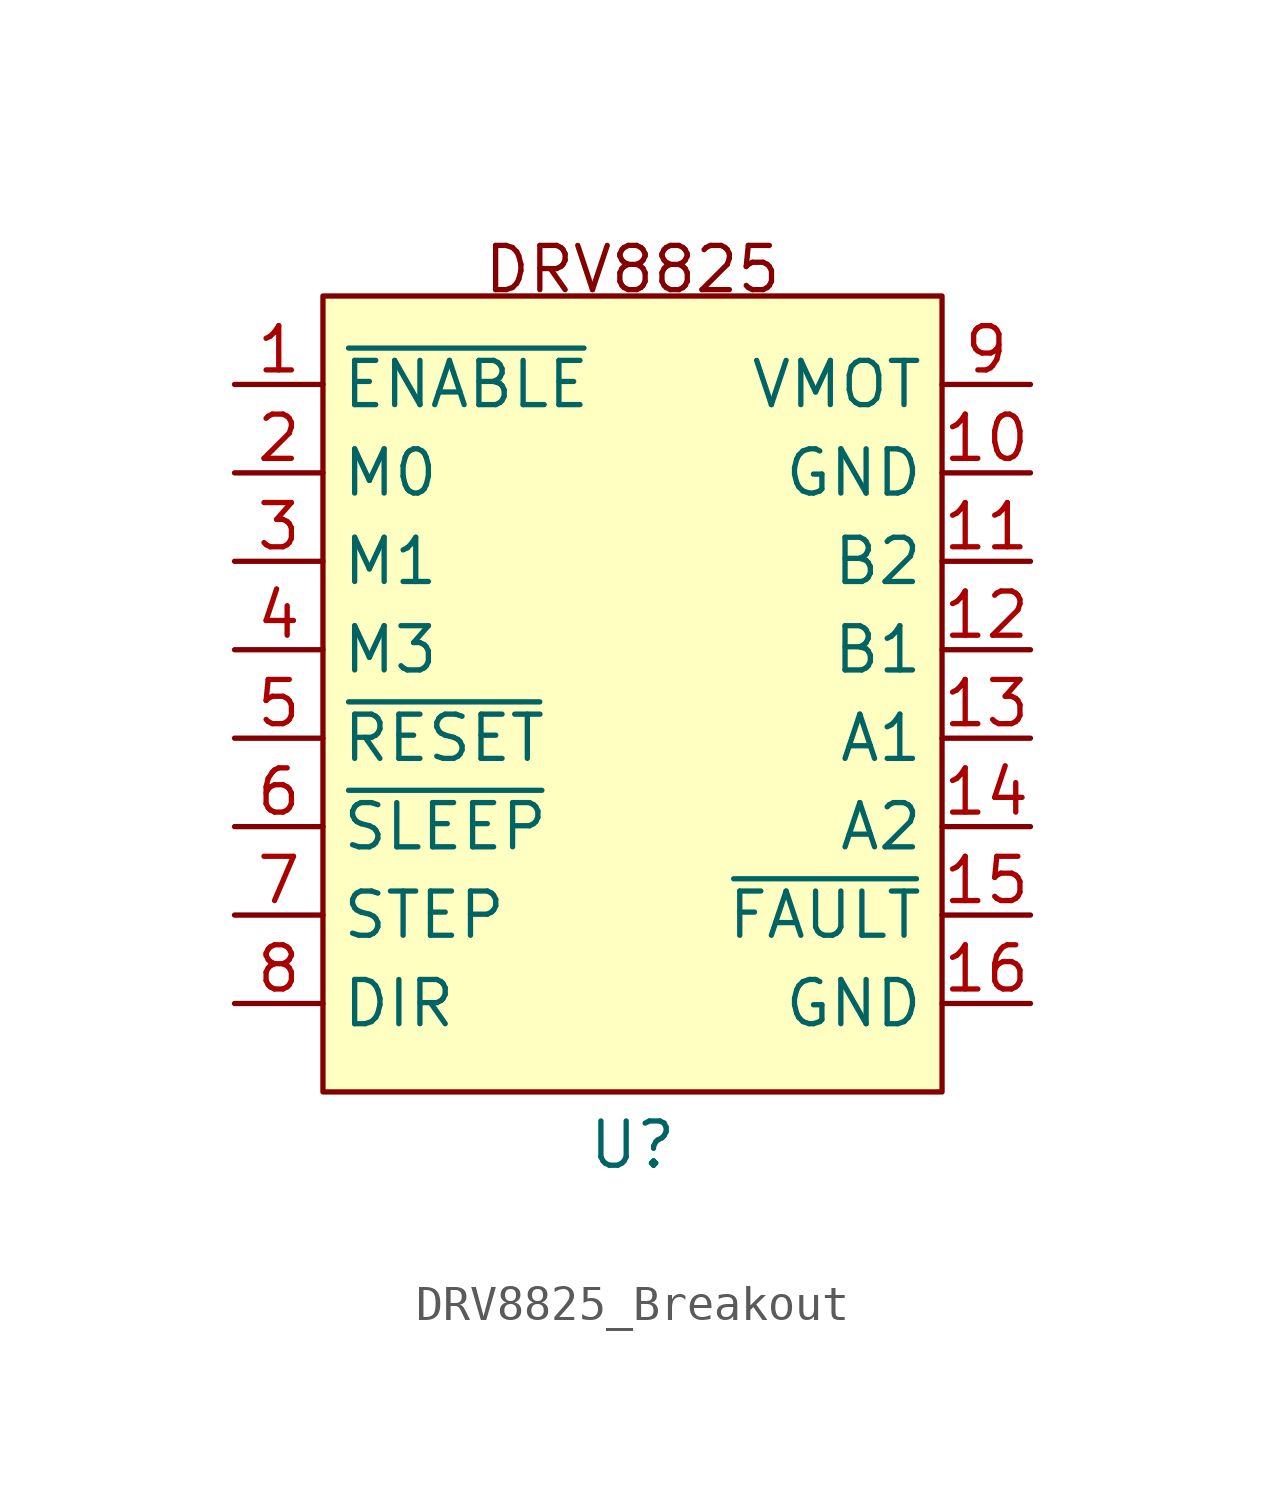
<source format=kicad_sym>
(kicad_symbol_lib
  (version 20231120)
  (generator "kicad_symbol_editor")
  (generator_version "8.0")
  (symbol "DRV8825_Breakout"
    (property "Reference" "U"
      (at 0 -12.954 0)
      (effects (font (size 1.27 1.27))))
    (property "Value" ""
      (at 0 -5.08 0)
      (effects (font (size 1.27 1.27))))
    (symbol "DRV8825_Breakout_1_1"
      (rectangle (start -8.89 11.43) (end 8.89 -11.43) (stroke (width 0) (type default)) (fill (type background)))
      (text "DRV8825" (at 0 12.192 0) (effects (font (size 1.27 1.27))))
      (pin input line (at -11.43 8.89 0) (length 2.54) (name "~{ENABLE}" (effects (font (size 1.27 1.27)))) (number "1" (effects (font (size 1.27 1.27)))))
      (pin input line (at 11.43 6.35 180) (length 2.54) (name "GND" (effects (font (size 1.27 1.27)))) (number "10" (effects (font (size 1.27 1.27)))))
      (pin input line (at 11.43 3.81 180) (length 2.54) (name "B2" (effects (font (size 1.27 1.27)))) (number "11" (effects (font (size 1.27 1.27)))))
      (pin input line (at 11.43 1.27 180) (length 2.54) (name "B1" (effects (font (size 1.27 1.27)))) (number "12" (effects (font (size 1.27 1.27)))))
      (pin input line (at 11.43 -1.27 180) (length 2.54) (name "A1" (effects (font (size 1.27 1.27)))) (number "13" (effects (font (size 1.27 1.27)))))
      (pin input line (at 11.43 -3.81 180) (length 2.54) (name "A2" (effects (font (size 1.27 1.27)))) (number "14" (effects (font (size 1.27 1.27)))))
      (pin input line (at 11.43 -6.35 180) (length 2.54) (name "~{FAULT}" (effects (font (size 1.27 1.27)))) (number "15" (effects (font (size 1.27 1.27)))))
      (pin input line (at 11.43 -8.89 180) (length 2.54) (name "GND" (effects (font (size 1.27 1.27)))) (number "16" (effects (font (size 1.27 1.27)))))
      (pin input line (at -11.43 6.35 0) (length 2.54) (name "M0" (effects (font (size 1.27 1.27)))) (number "2" (effects (font (size 1.27 1.27)))))
      (pin input line (at -11.43 3.81 0) (length 2.54) (name "M1" (effects (font (size 1.27 1.27)))) (number "3" (effects (font (size 1.27 1.27)))))
      (pin input line (at -11.43 1.27 0) (length 2.54) (name "M3" (effects (font (size 1.27 1.27)))) (number "4" (effects (font (size 1.27 1.27)))))
      (pin input line (at -11.43 -1.27 0) (length 2.54) (name "~{RESET}" (effects (font (size 1.27 1.27)))) (number "5" (effects (font (size 1.27 1.27)))))
      (pin input line (at -11.43 -3.81 0) (length 2.54) (name "~{SLEEP}" (effects (font (size 1.27 1.27)))) (number "6" (effects (font (size 1.27 1.27)))))
      (pin input line (at -11.43 -6.35 0) (length 2.54) (name "STEP" (effects (font (size 1.27 1.27)))) (number "7" (effects (font (size 1.27 1.27)))))
      (pin input line (at -11.43 -8.89 0) (length 2.54) (name "DIR" (effects (font (size 1.27 1.27)))) (number "8" (effects (font (size 1.27 1.27)))))
      (pin input line (at 11.43 8.89 180) (length 2.54) (name "VMOT" (effects (font (size 1.27 1.27)))) (number "9" (effects (font (size 1.27 1.27))))))))
</source>
